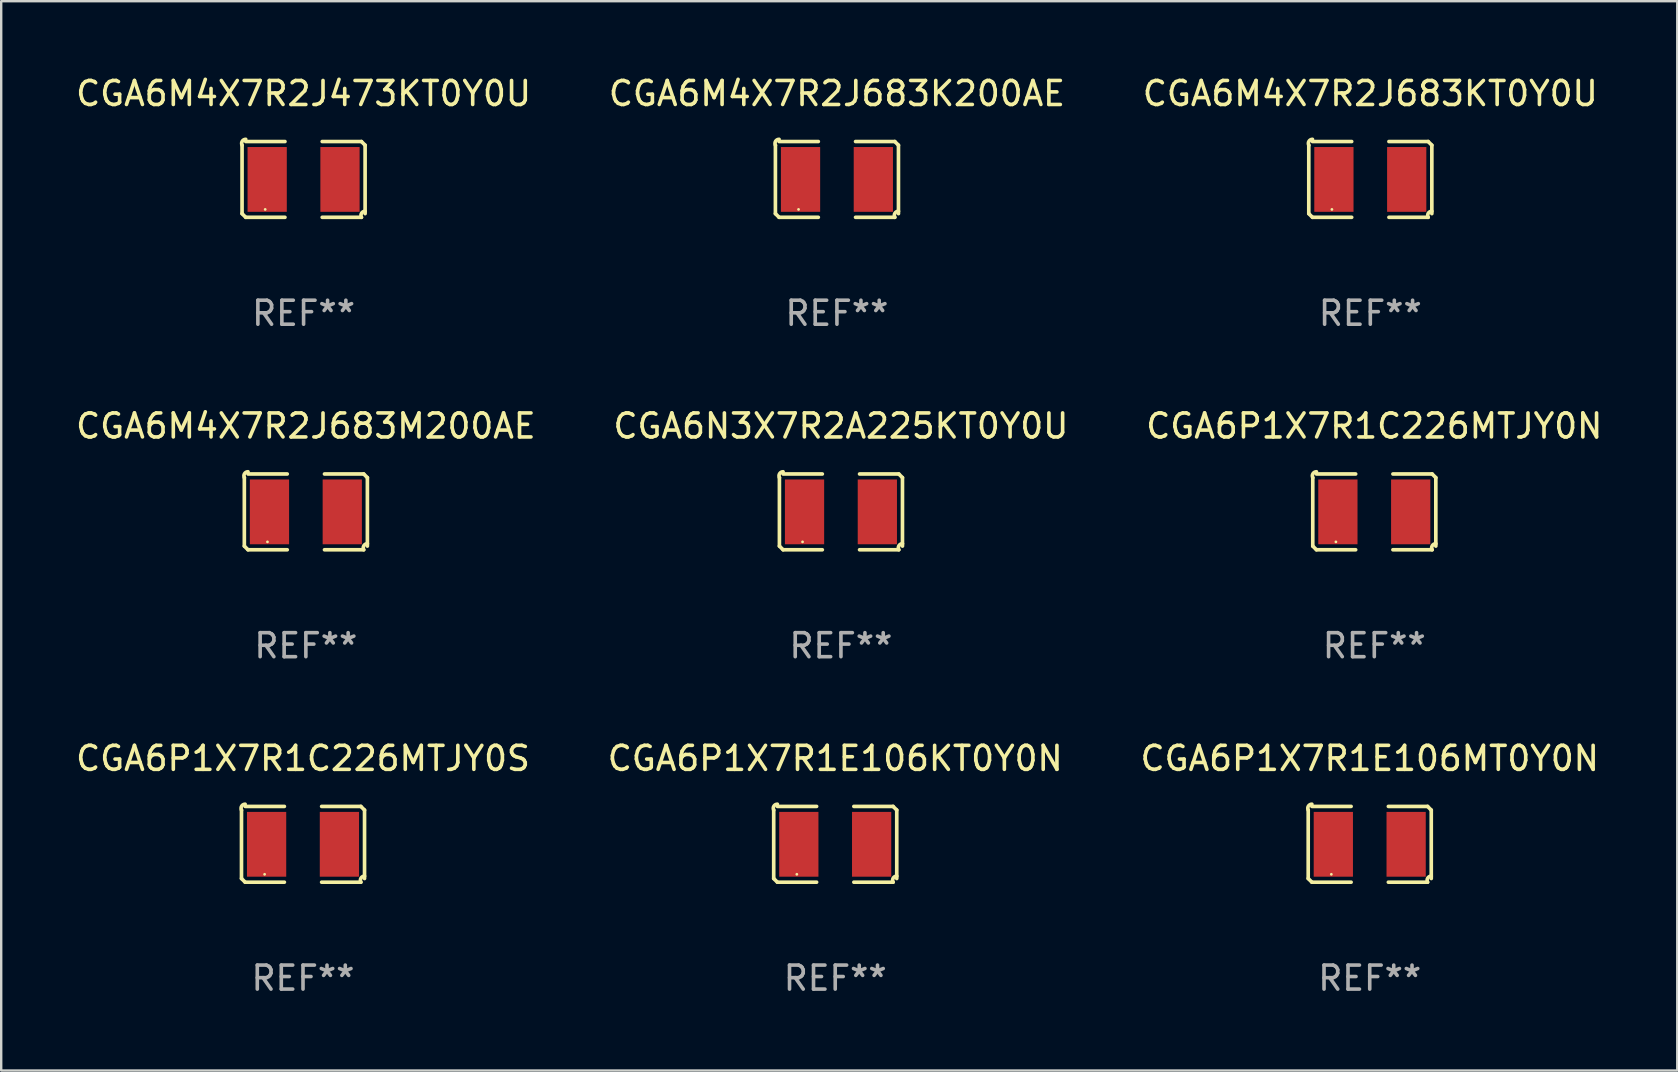
<source format=kicad_pcb>
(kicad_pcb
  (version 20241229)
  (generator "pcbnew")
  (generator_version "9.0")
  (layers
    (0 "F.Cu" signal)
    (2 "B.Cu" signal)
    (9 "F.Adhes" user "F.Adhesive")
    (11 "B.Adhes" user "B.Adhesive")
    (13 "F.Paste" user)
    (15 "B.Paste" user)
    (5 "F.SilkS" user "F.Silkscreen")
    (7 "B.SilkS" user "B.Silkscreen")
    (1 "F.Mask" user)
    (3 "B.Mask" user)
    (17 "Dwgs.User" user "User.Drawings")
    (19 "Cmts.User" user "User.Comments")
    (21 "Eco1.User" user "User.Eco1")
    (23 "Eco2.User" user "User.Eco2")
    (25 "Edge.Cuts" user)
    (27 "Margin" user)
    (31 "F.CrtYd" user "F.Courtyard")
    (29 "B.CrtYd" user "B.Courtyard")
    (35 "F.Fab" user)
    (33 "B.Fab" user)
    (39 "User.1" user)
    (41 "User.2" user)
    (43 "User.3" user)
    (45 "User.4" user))
  (footprint "CGA6P1X7R1C226MTJY0N"
    (layer "F.Cu")
    (at 54.22 18.281)
    (property "Reference" "CGA6P1X7R1C226MTJY0N" (at 0 -3.579 0) (layer "F.SilkS") (effects (font (size 1 1) (thickness 0.15))))
    (attr through_hole)
    (fp_line (start -2.564 1.426) (end -2.564 -1.426) (stroke (width 0.152) (type solid)) (layer "F.SilkS"))
    (fp_line (start -2.411 -1.579) (end -0.776 -1.579) (stroke (width 0.152) (type solid)) (layer "F.SilkS"))
    (fp_line (start -0.776 1.579) (end -2.411 1.579) (stroke (width 0.152) (type solid)) (layer "F.SilkS"))
    (fp_line (start 0.776 1.579) (end 2.411 1.579) (stroke (width 0.152) (type solid)) (layer "F.SilkS"))
    (fp_line (start 2.411 -1.579) (end 0.776 -1.579) (stroke (width 0.152) (type solid)) (layer "F.SilkS"))
    (fp_line (start 2.564 1.426) (end 2.564 -1.426) (stroke (width 0.152) (type solid)) (layer "F.SilkS"))
    (fp_arc (start -2.563602 -1.426213) (mid -2.555597 -1.591233) (end -2.411201 -1.671518) (stroke (width 0.1524) (type solid)) (layer "F.SilkS"))
    (fp_arc (start -2.5636 1.426214) (mid -2.487389 1.502402) (end -2.411201 1.578613) (stroke (width 0.1524) (type solid)) (layer "F.SilkS"))
    (fp_arc (start 2.411197 -1.578618) (mid 2.487403 -1.502419) (end 2.563602 -1.426213) (stroke (width 0.1524) (type solid)) (layer "F.SilkS"))
    (fp_arc (start 2.411201 1.578613) (mid 2.416214 1.409455) (end 2.563602 1.32629) (stroke (width 0.1524) (type solid)) (layer "F.SilkS"))
    (fp_circle (center -1.6 1.25) (end -1.57 1.25) (stroke (width 0.06) (type solid)) (fill no) (layer "F.SilkS"))
    (fp_text user "REF**" (at 0 5.579 0) (layer "F.Fab") (effects (font (size 1 1) (thickness 0.15))))
    (pad "1" smd rect (at -1.517 0) (size 1.635 2.7) (layers "F.Cu" "F.Mask" "F.Paste"))
    (pad "2" smd rect (at 1.517 0) (size 1.635 2.7) (layers "F.Cu" "F.Mask" "F.Paste")))
  (footprint "CGA6M4X7R2J473KT0Y0U"
    (layer "F.Cu")
    (at 9.601 4.427)
    (property "Reference" "CGA6M4X7R2J473KT0Y0U" (at 0 -3.579 0) (layer "F.SilkS") (effects (font (size 1 1) (thickness 0.15))))
    (attr through_hole)
    (fp_line (start -2.564 1.426) (end -2.564 -1.426) (stroke (width 0.152) (type solid)) (layer "F.SilkS"))
    (fp_line (start -2.411 -1.579) (end -0.776 -1.579) (stroke (width 0.152) (type solid)) (layer "F.SilkS"))
    (fp_line (start -0.776 1.579) (end -2.411 1.579) (stroke (width 0.152) (type solid)) (layer "F.SilkS"))
    (fp_line (start 0.776 1.579) (end 2.411 1.579) (stroke (width 0.152) (type solid)) (layer "F.SilkS"))
    (fp_line (start 2.411 -1.579) (end 0.776 -1.579) (stroke (width 0.152) (type solid)) (layer "F.SilkS"))
    (fp_line (start 2.564 1.426) (end 2.564 -1.426) (stroke (width 0.152) (type solid)) (layer "F.SilkS"))
    (fp_arc (start -2.563602 -1.426213) (mid -2.555597 -1.591233) (end -2.411201 -1.671518) (stroke (width 0.1524) (type solid)) (layer "F.SilkS"))
    (fp_arc (start -2.5636 1.426214) (mid -2.487389 1.502402) (end -2.411201 1.578613) (stroke (width 0.1524) (type solid)) (layer "F.SilkS"))
    (fp_arc (start 2.411197 -1.578618) (mid 2.487403 -1.502419) (end 2.563602 -1.426213) (stroke (width 0.1524) (type solid)) (layer "F.SilkS"))
    (fp_arc (start 2.411201 1.578613) (mid 2.416214 1.409455) (end 2.563602 1.32629) (stroke (width 0.1524) (type solid)) (layer "F.SilkS"))
    (fp_circle (center -1.6 1.25) (end -1.57 1.25) (stroke (width 0.06) (type solid)) (fill no) (layer "F.SilkS"))
    (fp_text user "REF**" (at 0 5.579 0) (layer "F.Fab") (effects (font (size 1 1) (thickness 0.15))))
    (pad "1" smd rect (at -1.517 0) (size 1.635 2.7) (layers "F.Cu" "F.Mask" "F.Paste"))
    (pad "2" smd rect (at 1.517 0) (size 1.635 2.7) (layers "F.Cu" "F.Mask" "F.Paste")))
  (footprint "CGA6M4X7R2J683M200AE"
    (layer "F.Cu")
    (at 9.696 18.281)
    (property "Reference" "CGA6M4X7R2J683M200AE" (at 0 -3.579 0) (layer "F.SilkS") (effects (font (size 1 1) (thickness 0.15))))
    (attr through_hole)
    (fp_line (start -2.564 1.426) (end -2.564 -1.426) (stroke (width 0.152) (type solid)) (layer "F.SilkS"))
    (fp_line (start -2.411 -1.579) (end -0.776 -1.579) (stroke (width 0.152) (type solid)) (layer "F.SilkS"))
    (fp_line (start -0.776 1.579) (end -2.411 1.579) (stroke (width 0.152) (type solid)) (layer "F.SilkS"))
    (fp_line (start 0.776 1.579) (end 2.411 1.579) (stroke (width 0.152) (type solid)) (layer "F.SilkS"))
    (fp_line (start 2.411 -1.579) (end 0.776 -1.579) (stroke (width 0.152) (type solid)) (layer "F.SilkS"))
    (fp_line (start 2.564 1.426) (end 2.564 -1.426) (stroke (width 0.152) (type solid)) (layer "F.SilkS"))
    (fp_arc (start -2.563602 -1.426213) (mid -2.555597 -1.591233) (end -2.411201 -1.671518) (stroke (width 0.1524) (type solid)) (layer "F.SilkS"))
    (fp_arc (start -2.5636 1.426214) (mid -2.487389 1.502402) (end -2.411201 1.578613) (stroke (width 0.1524) (type solid)) (layer "F.SilkS"))
    (fp_arc (start 2.411197 -1.578618) (mid 2.487403 -1.502419) (end 2.563602 -1.426213) (stroke (width 0.1524) (type solid)) (layer "F.SilkS"))
    (fp_arc (start 2.411201 1.578613) (mid 2.416214 1.409455) (end 2.563602 1.32629) (stroke (width 0.1524) (type solid)) (layer "F.SilkS"))
    (fp_circle (center -1.6 1.25) (end -1.57 1.25) (stroke (width 0.06) (type solid)) (fill no) (layer "F.SilkS"))
    (fp_text user "REF**" (at 0 5.579 0) (layer "F.Fab") (effects (font (size 1 1) (thickness 0.15))))
    (pad "1" smd rect (at -1.517 0) (size 1.635 2.7) (layers "F.Cu" "F.Mask" "F.Paste"))
    (pad "2" smd rect (at 1.517 0) (size 1.635 2.7) (layers "F.Cu" "F.Mask" "F.Paste")))
  (footprint "CGA6M4X7R2J683KT0Y0U"
    (layer "F.Cu")
    (at 54.054 4.427)
    (property "Reference" "CGA6M4X7R2J683KT0Y0U" (at 0 -3.579 0) (layer "F.SilkS") (effects (font (size 1 1) (thickness 0.15))))
    (attr through_hole)
    (fp_line (start -2.564 1.426) (end -2.564 -1.426) (stroke (width 0.152) (type solid)) (layer "F.SilkS"))
    (fp_line (start -2.411 -1.579) (end -0.776 -1.579) (stroke (width 0.152) (type solid)) (layer "F.SilkS"))
    (fp_line (start -0.776 1.579) (end -2.411 1.579) (stroke (width 0.152) (type solid)) (layer "F.SilkS"))
    (fp_line (start 0.776 1.579) (end 2.411 1.579) (stroke (width 0.152) (type solid)) (layer "F.SilkS"))
    (fp_line (start 2.411 -1.579) (end 0.776 -1.579) (stroke (width 0.152) (type solid)) (layer "F.SilkS"))
    (fp_line (start 2.564 1.426) (end 2.564 -1.426) (stroke (width 0.152) (type solid)) (layer "F.SilkS"))
    (fp_arc (start -2.563602 -1.426213) (mid -2.555597 -1.591233) (end -2.411201 -1.671518) (stroke (width 0.1524) (type solid)) (layer "F.SilkS"))
    (fp_arc (start -2.5636 1.426214) (mid -2.487389 1.502402) (end -2.411201 1.578613) (stroke (width 0.1524) (type solid)) (layer "F.SilkS"))
    (fp_arc (start 2.411197 -1.578618) (mid 2.487403 -1.502419) (end 2.563602 -1.426213) (stroke (width 0.1524) (type solid)) (layer "F.SilkS"))
    (fp_arc (start 2.411201 1.578613) (mid 2.416214 1.409455) (end 2.563602 1.32629) (stroke (width 0.1524) (type solid)) (layer "F.SilkS"))
    (fp_circle (center -1.6 1.25) (end -1.57 1.25) (stroke (width 0.06) (type solid)) (fill no) (layer "F.SilkS"))
    (fp_text user "REF**" (at 0 5.579 0) (layer "F.Fab") (effects (font (size 1 1) (thickness 0.15))))
    (pad "1" smd rect (at -1.517 0) (size 1.635 2.7) (layers "F.Cu" "F.Mask" "F.Paste"))
    (pad "2" smd rect (at 1.517 0) (size 1.635 2.7) (layers "F.Cu" "F.Mask" "F.Paste")))
  (footprint "CGA6P1X7R1E106MT0Y0N"
    (layer "F.Cu")
    (at 54.03 32.134)
    (property "Reference" "CGA6P1X7R1E106MT0Y0N" (at 0 -3.579 0) (layer "F.SilkS") (effects (font (size 1 1) (thickness 0.15))))
    (attr through_hole)
    (fp_line (start -2.564 1.426) (end -2.564 -1.426) (stroke (width 0.152) (type solid)) (layer "F.SilkS"))
    (fp_line (start -2.411 -1.579) (end -0.776 -1.579) (stroke (width 0.152) (type solid)) (layer "F.SilkS"))
    (fp_line (start -0.776 1.579) (end -2.411 1.579) (stroke (width 0.152) (type solid)) (layer "F.SilkS"))
    (fp_line (start 0.776 1.579) (end 2.411 1.579) (stroke (width 0.152) (type solid)) (layer "F.SilkS"))
    (fp_line (start 2.411 -1.579) (end 0.776 -1.579) (stroke (width 0.152) (type solid)) (layer "F.SilkS"))
    (fp_line (start 2.564 1.426) (end 2.564 -1.426) (stroke (width 0.152) (type solid)) (layer "F.SilkS"))
    (fp_arc (start -2.563602 -1.426213) (mid -2.555597 -1.591233) (end -2.411201 -1.671518) (stroke (width 0.1524) (type solid)) (layer "F.SilkS"))
    (fp_arc (start -2.5636 1.426214) (mid -2.487389 1.502402) (end -2.411201 1.578613) (stroke (width 0.1524) (type solid)) (layer "F.SilkS"))
    (fp_arc (start 2.411197 -1.578618) (mid 2.487403 -1.502419) (end 2.563602 -1.426213) (stroke (width 0.1524) (type solid)) (layer "F.SilkS"))
    (fp_arc (start 2.411201 1.578613) (mid 2.416214 1.409455) (end 2.563602 1.32629) (stroke (width 0.1524) (type solid)) (layer "F.SilkS"))
    (fp_circle (center -1.6 1.25) (end -1.57 1.25) (stroke (width 0.06) (type solid)) (fill no) (layer "F.SilkS"))
    (fp_text user "REF**" (at 0 5.579 0) (layer "F.Fab") (effects (font (size 1 1) (thickness 0.15))))
    (pad "1" smd rect (at -1.517 0) (size 1.635 2.7) (layers "F.Cu" "F.Mask" "F.Paste"))
    (pad "2" smd rect (at 1.517 0) (size 1.635 2.7) (layers "F.Cu" "F.Mask" "F.Paste")))
  (footprint "CGA6N3X7R2A225KT0Y0U"
    (layer "F.Cu")
    (at 31.994 18.281)
    (property "Reference" "CGA6N3X7R2A225KT0Y0U" (at 0 -3.579 0) (layer "F.SilkS") (effects (font (size 1 1) (thickness 0.15))))
    (attr through_hole)
    (fp_line (start -2.564 1.426) (end -2.564 -1.426) (stroke (width 0.152) (type solid)) (layer "F.SilkS"))
    (fp_line (start -2.411 -1.579) (end -0.776 -1.579) (stroke (width 0.152) (type solid)) (layer "F.SilkS"))
    (fp_line (start -0.776 1.579) (end -2.411 1.579) (stroke (width 0.152) (type solid)) (layer "F.SilkS"))
    (fp_line (start 0.776 1.579) (end 2.411 1.579) (stroke (width 0.152) (type solid)) (layer "F.SilkS"))
    (fp_line (start 2.411 -1.579) (end 0.776 -1.579) (stroke (width 0.152) (type solid)) (layer "F.SilkS"))
    (fp_line (start 2.564 1.426) (end 2.564 -1.426) (stroke (width 0.152) (type solid)) (layer "F.SilkS"))
    (fp_arc (start -2.563602 -1.426213) (mid -2.555597 -1.591233) (end -2.411201 -1.671518) (stroke (width 0.1524) (type solid)) (layer "F.SilkS"))
    (fp_arc (start -2.5636 1.426214) (mid -2.487389 1.502402) (end -2.411201 1.578613) (stroke (width 0.1524) (type solid)) (layer "F.SilkS"))
    (fp_arc (start 2.411197 -1.578618) (mid 2.487403 -1.502419) (end 2.563602 -1.426213) (stroke (width 0.1524) (type solid)) (layer "F.SilkS"))
    (fp_arc (start 2.411201 1.578613) (mid 2.416214 1.409455) (end 2.563602 1.32629) (stroke (width 0.1524) (type solid)) (layer "F.SilkS"))
    (fp_circle (center -1.6 1.25) (end -1.57 1.25) (stroke (width 0.06) (type solid)) (fill no) (layer "F.SilkS"))
    (fp_text user "REF**" (at 0 5.579 0) (layer "F.Fab") (effects (font (size 1 1) (thickness 0.15))))
    (pad "1" smd rect (at -1.517 0) (size 1.635 2.7) (layers "F.Cu" "F.Mask" "F.Paste"))
    (pad "2" smd rect (at 1.517 0) (size 1.635 2.7) (layers "F.Cu" "F.Mask" "F.Paste")))
  (footprint "CGA6P1X7R1E106KT0Y0N"
    (layer "F.Cu")
    (at 31.756 32.134)
    (property "Reference" "CGA6P1X7R1E106KT0Y0N" (at 0 -3.579 0) (layer "F.SilkS") (effects (font (size 1 1) (thickness 0.15))))
    (attr through_hole)
    (fp_line (start -2.564 1.426) (end -2.564 -1.426) (stroke (width 0.152) (type solid)) (layer "F.SilkS"))
    (fp_line (start -2.411 -1.579) (end -0.776 -1.579) (stroke (width 0.152) (type solid)) (layer "F.SilkS"))
    (fp_line (start -0.776 1.579) (end -2.411 1.579) (stroke (width 0.152) (type solid)) (layer "F.SilkS"))
    (fp_line (start 0.776 1.579) (end 2.411 1.579) (stroke (width 0.152) (type solid)) (layer "F.SilkS"))
    (fp_line (start 2.411 -1.579) (end 0.776 -1.579) (stroke (width 0.152) (type solid)) (layer "F.SilkS"))
    (fp_line (start 2.564 1.426) (end 2.564 -1.426) (stroke (width 0.152) (type solid)) (layer "F.SilkS"))
    (fp_arc (start -2.563602 -1.426213) (mid -2.555597 -1.591233) (end -2.411201 -1.671518) (stroke (width 0.1524) (type solid)) (layer "F.SilkS"))
    (fp_arc (start -2.5636 1.426214) (mid -2.487389 1.502402) (end -2.411201 1.578613) (stroke (width 0.1524) (type solid)) (layer "F.SilkS"))
    (fp_arc (start 2.411197 -1.578618) (mid 2.487403 -1.502419) (end 2.563602 -1.426213) (stroke (width 0.1524) (type solid)) (layer "F.SilkS"))
    (fp_arc (start 2.411201 1.578613) (mid 2.416214 1.409455) (end 2.563602 1.32629) (stroke (width 0.1524) (type solid)) (layer "F.SilkS"))
    (fp_circle (center -1.6 1.25) (end -1.57 1.25) (stroke (width 0.06) (type solid)) (fill no) (layer "F.SilkS"))
    (fp_text user "REF**" (at 0 5.579 0) (layer "F.Fab") (effects (font (size 1 1) (thickness 0.15))))
    (pad "1" smd rect (at -1.517 0) (size 1.635 2.7) (layers "F.Cu" "F.Mask" "F.Paste"))
    (pad "2" smd rect (at 1.517 0) (size 1.635 2.7) (layers "F.Cu" "F.Mask" "F.Paste")))
  (footprint "CGA6M4X7R2J683K200AE"
    (layer "F.Cu")
    (at 31.827 4.427)
    (property "Reference" "CGA6M4X7R2J683K200AE" (at 0 -3.579 0) (layer "F.SilkS") (effects (font (size 1 1) (thickness 0.15))))
    (attr through_hole)
    (fp_line (start -2.564 1.426) (end -2.564 -1.426) (stroke (width 0.152) (type solid)) (layer "F.SilkS"))
    (fp_line (start -2.411 -1.579) (end -0.776 -1.579) (stroke (width 0.152) (type solid)) (layer "F.SilkS"))
    (fp_line (start -0.776 1.579) (end -2.411 1.579) (stroke (width 0.152) (type solid)) (layer "F.SilkS"))
    (fp_line (start 0.776 1.579) (end 2.411 1.579) (stroke (width 0.152) (type solid)) (layer "F.SilkS"))
    (fp_line (start 2.411 -1.579) (end 0.776 -1.579) (stroke (width 0.152) (type solid)) (layer "F.SilkS"))
    (fp_line (start 2.564 1.426) (end 2.564 -1.426) (stroke (width 0.152) (type solid)) (layer "F.SilkS"))
    (fp_arc (start -2.563602 -1.426213) (mid -2.555597 -1.591233) (end -2.411201 -1.671518) (stroke (width 0.1524) (type solid)) (layer "F.SilkS"))
    (fp_arc (start -2.5636 1.426214) (mid -2.487389 1.502402) (end -2.411201 1.578613) (stroke (width 0.1524) (type solid)) (layer "F.SilkS"))
    (fp_arc (start 2.411197 -1.578618) (mid 2.487403 -1.502419) (end 2.563602 -1.426213) (stroke (width 0.1524) (type solid)) (layer "F.SilkS"))
    (fp_arc (start 2.411201 1.578613) (mid 2.416214 1.409455) (end 2.563602 1.32629) (stroke (width 0.1524) (type solid)) (layer "F.SilkS"))
    (fp_circle (center -1.6 1.25) (end -1.57 1.25) (stroke (width 0.06) (type solid)) (fill no) (layer "F.SilkS"))
    (fp_text user "REF**" (at 0 5.579 0) (layer "F.Fab") (effects (font (size 1 1) (thickness 0.15))))
    (pad "1" smd rect (at -1.517 0) (size 1.635 2.7) (layers "F.Cu" "F.Mask" "F.Paste"))
    (pad "2" smd rect (at 1.517 0) (size 1.635 2.7) (layers "F.Cu" "F.Mask" "F.Paste")))
  (footprint "CGA6P1X7R1C226MTJY0S"
    (layer "F.Cu")
    (at 9.577 32.134)
    (property "Reference" "CGA6P1X7R1C226MTJY0S" (at 0 -3.579 0) (layer "F.SilkS") (effects (font (size 1 1) (thickness 0.15))))
    (attr through_hole)
    (fp_line (start -2.564 1.426) (end -2.564 -1.426) (stroke (width 0.152) (type solid)) (layer "F.SilkS"))
    (fp_line (start -2.411 -1.579) (end -0.776 -1.579) (stroke (width 0.152) (type solid)) (layer "F.SilkS"))
    (fp_line (start -0.776 1.579) (end -2.411 1.579) (stroke (width 0.152) (type solid)) (layer "F.SilkS"))
    (fp_line (start 0.776 1.579) (end 2.411 1.579) (stroke (width 0.152) (type solid)) (layer "F.SilkS"))
    (fp_line (start 2.411 -1.579) (end 0.776 -1.579) (stroke (width 0.152) (type solid)) (layer "F.SilkS"))
    (fp_line (start 2.564 1.426) (end 2.564 -1.426) (stroke (width 0.152) (type solid)) (layer "F.SilkS"))
    (fp_arc (start -2.563602 -1.426213) (mid -2.555597 -1.591233) (end -2.411201 -1.671518) (stroke (width 0.1524) (type solid)) (layer "F.SilkS"))
    (fp_arc (start -2.5636 1.426214) (mid -2.487389 1.502402) (end -2.411201 1.578613) (stroke (width 0.1524) (type solid)) (layer "F.SilkS"))
    (fp_arc (start 2.411197 -1.578618) (mid 2.487403 -1.502419) (end 2.563602 -1.426213) (stroke (width 0.1524) (type solid)) (layer "F.SilkS"))
    (fp_arc (start 2.411201 1.578613) (mid 2.416214 1.409455) (end 2.563602 1.32629) (stroke (width 0.1524) (type solid)) (layer "F.SilkS"))
    (fp_circle (center -1.6 1.25) (end -1.57 1.25) (stroke (width 0.06) (type solid)) (fill no) (layer "F.SilkS"))
    (fp_text user "REF**" (at 0 5.579 0) (layer "F.Fab") (effects (font (size 1 1) (thickness 0.15))))
    (pad "1" smd rect (at -1.517 0) (size 1.635 2.7) (layers "F.Cu" "F.Mask" "F.Paste"))
    (pad "2" smd rect (at 1.517 0) (size 1.635 2.7) (layers "F.Cu" "F.Mask" "F.Paste")))
  (gr_rect
    (start -3 -3)
    (end 66.845 41.561)
    (stroke (width 0.1) (type default))
    (fill no)
    (layer "Edge.Cuts")))
</source>
